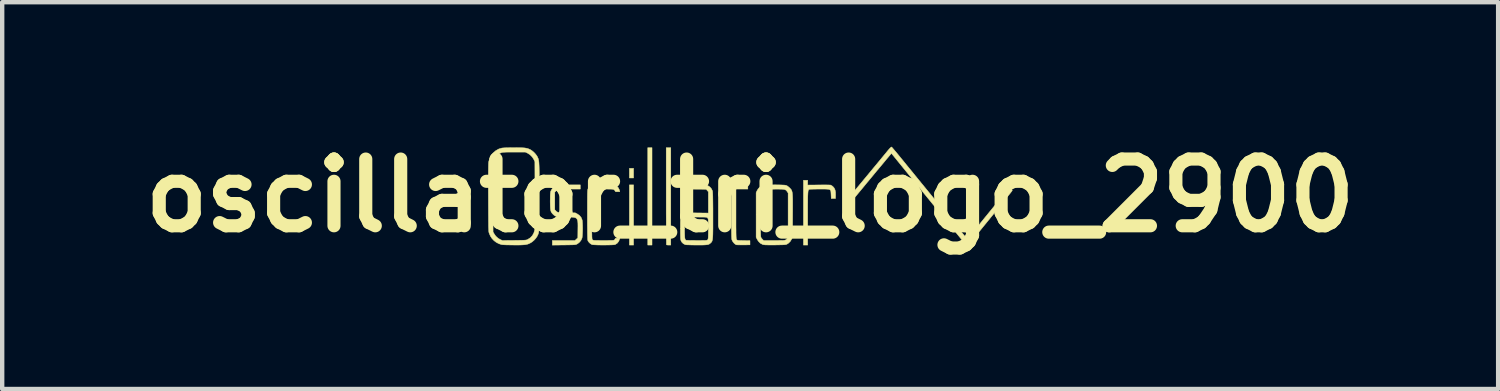
<source format=kicad_pcb>
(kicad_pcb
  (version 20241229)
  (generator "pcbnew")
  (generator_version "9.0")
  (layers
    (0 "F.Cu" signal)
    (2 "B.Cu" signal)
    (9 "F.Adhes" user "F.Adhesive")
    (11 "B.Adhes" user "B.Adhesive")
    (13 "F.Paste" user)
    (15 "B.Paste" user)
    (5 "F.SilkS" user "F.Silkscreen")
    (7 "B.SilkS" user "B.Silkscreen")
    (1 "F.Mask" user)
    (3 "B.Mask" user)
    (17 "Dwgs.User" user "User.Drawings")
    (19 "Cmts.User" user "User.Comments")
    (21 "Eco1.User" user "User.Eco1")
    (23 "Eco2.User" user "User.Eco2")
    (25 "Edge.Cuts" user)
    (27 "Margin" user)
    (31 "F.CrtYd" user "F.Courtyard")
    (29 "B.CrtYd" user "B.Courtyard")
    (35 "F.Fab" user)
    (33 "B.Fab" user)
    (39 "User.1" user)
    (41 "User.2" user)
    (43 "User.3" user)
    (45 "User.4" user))
  (footprint "oscillator_tri_logo_2900"
    (layer "F.Cu")
    (at 14.086 1.418)
    (property "Reference" "oscillator_tri_logo_2900" (at 0 0 0) (layer "F.SilkS") (effects (font (size 1.524 1.524) (thickness 0.3))))
    (attr through_hole)
    (fp_poly (pts (xy -2.663 -0.403) (xy -2.759 -0.403) (xy -2.759 -0.622) (xy -2.663 -0.622) (xy -2.663 -0.403)) (stroke (width 0.01) (type solid)) (fill yes) (layer "F.SilkS"))
    (fp_poly (pts (xy -2.663 1.13) (xy -2.759 1.13) (xy -2.759 -0.245) (xy -2.663 -0.245) (xy -2.663 1.13)) (stroke (width 0.01) (type solid)) (fill yes) (layer "F.SilkS"))
    (fp_poly (pts (xy -2.242 1.13) (xy -2.339 1.13) (xy -2.339 -1.095) (xy -2.242 -1.095) (xy -2.242 1.13)) (stroke (width 0.01) (type solid)) (fill yes) (layer "F.SilkS"))
    (fp_poly (pts (xy -1.813 1.13) (xy -1.86 1.13) (xy -1.887 1.129) (xy -1.907 1.126) (xy -1.912 1.124) (xy -1.913 1.115) (xy -1.914 1.089) (xy -1.914 1.048) (xy -1.915 0.992) (xy -1.916 0.923) (xy -1.916 0.842) (xy -1.917 0.75) (xy -1.917 0.647) (xy -1.917 0.536) (xy -1.918 0.416) (xy -1.918 0.289) (xy -1.918 0.157) (xy -1.918 0.019) (xy -1.918 -1.095) (xy -1.813 -1.095) (xy -1.813 1.13)) (stroke (width 0.01) (type solid)) (fill yes) (layer "F.SilkS"))
    (fp_poly (pts (xy -0.324 -0.245) (xy -0.053 -0.245) (xy -0.053 -0.149) (xy -0.324 -0.149) (xy -0.324 0.419) (xy -0.324 0.534) (xy -0.324 0.632) (xy -0.324 0.715) (xy -0.323 0.784) (xy -0.323 0.841) (xy -0.322 0.887) (xy -0.321 0.923) (xy -0.32 0.951) (xy -0.318 0.971) (xy -0.317 0.986) (xy -0.314 0.995) (xy -0.312 1.002) (xy -0.309 1.006) (xy -0.302 1.013) (xy -0.293 1.018) (xy -0.279 1.022) (xy -0.257 1.024) (xy -0.225 1.025) (xy -0.179 1.026) (xy -0.149 1.027) (xy -0.004 1.029) (xy -0.004 1.125) (xy -0.149 1.127) (xy -0.199 1.127) (xy -0.244 1.126) (xy -0.281 1.126) (xy -0.306 1.125) (xy -0.314 1.124) (xy -0.339 1.112) (xy -0.366 1.089) (xy -0.392 1.058) (xy -0.411 1.026) (xy -0.419 1.005) (xy -0.421 0.989) (xy -0.423 0.962) (xy -0.425 0.921) (xy -0.426 0.867) (xy -0.427 0.799) (xy -0.428 0.716) (xy -0.429 0.617) (xy -0.429 0.502) (xy -0.429 0.408) (xy -0.429 -0.149) (xy -0.692 -0.149) (xy -0.692 -0.245) (xy -0.429 -0.245) (xy -0.429 -0.35) (xy -0.324 -0.35) (xy -0.324 -0.245)) (stroke (width 0.01) (type solid)) (fill yes) (layer "F.SilkS"))
    (fp_poly (pts (xy 1.314 -0.296) (xy 1.314 -0.241) (xy 1.566 -0.243) (xy 1.631 -0.244) (xy 1.692 -0.244) (xy 1.745 -0.244) (xy 1.788 -0.243) (xy 1.82 -0.242) (xy 1.836 -0.241) (xy 1.837 -0.241) (xy 1.855 -0.232) (xy 1.879 -0.216) (xy 1.892 -0.205) (xy 1.921 -0.171) (xy 1.94 -0.128) (xy 1.95 -0.076) (xy 1.951 -0.01) (xy 1.951 -0.007) (xy 1.949 0.066) (xy 1.852 0.066) (xy 1.848 -0.023) (xy 1.846 -0.06) (xy 1.844 -0.088) (xy 1.84 -0.11) (xy 1.831 -0.126) (xy 1.816 -0.137) (xy 1.793 -0.144) (xy 1.76 -0.147) (xy 1.715 -0.149) (xy 1.656 -0.149) (xy 1.589 -0.149) (xy 1.528 -0.149) (xy 1.472 -0.148) (xy 1.424 -0.147) (xy 1.387 -0.146) (xy 1.362 -0.145) (xy 1.354 -0.143) (xy 1.346 -0.14) (xy 1.34 -0.136) (xy 1.334 -0.13) (xy 1.329 -0.121) (xy 1.325 -0.107) (xy 1.322 -0.087) (xy 1.32 -0.061) (xy 1.318 -0.026) (xy 1.316 0.018) (xy 1.315 0.073) (xy 1.315 0.139) (xy 1.314 0.218) (xy 1.314 0.311) (xy 1.314 0.42) (xy 1.314 0.521) (xy 1.314 1.13) (xy 1.217 1.13) (xy 1.217 -0.35) (xy 1.314 -0.35) (xy 1.314 -0.296)) (stroke (width 0.01) (type solid)) (fill yes) (layer "F.SilkS"))
    (fp_poly (pts (xy -3.88 -0.149) (xy -4.114 -0.149) (xy -4.178 -0.149) (xy -4.238 -0.148) (xy -4.291 -0.146) (xy -4.334 -0.144) (xy -4.365 -0.142) (xy -4.38 -0.14) (xy -4.407 -0.128) (xy -4.433 -0.109) (xy -4.437 -0.105) (xy -4.463 -0.078) (xy -4.463 0.323) (xy -4.441 0.346) (xy -4.426 0.361) (xy -4.41 0.373) (xy -4.391 0.381) (xy -4.366 0.387) (xy -4.333 0.391) (xy -4.289 0.393) (xy -4.233 0.394) (xy -4.179 0.394) (xy -3.996 0.394) (xy -3.949 0.419) (xy -3.9 0.453) (xy -3.862 0.498) (xy -3.84 0.551) (xy -3.837 0.561) (xy -3.833 0.592) (xy -3.83 0.636) (xy -3.828 0.689) (xy -3.827 0.746) (xy -3.828 0.805) (xy -3.83 0.861) (xy -3.833 0.91) (xy -3.837 0.949) (xy -3.841 0.971) (xy -3.864 1.021) (xy -3.9 1.066) (xy -3.945 1.102) (xy -3.954 1.106) (xy -3.965 1.112) (xy -3.976 1.116) (xy -3.991 1.12) (xy -4.01 1.122) (xy -4.036 1.124) (xy -4.071 1.125) (xy -4.117 1.126) (xy -4.176 1.127) (xy -4.251 1.128) (xy -4.255 1.128) (xy -4.519 1.131) (xy -4.519 1.025) (xy -4.002 1.025) (xy -3.937 0.965) (xy -3.935 0.769) (xy -3.934 0.692) (xy -3.935 0.631) (xy -3.939 0.583) (xy -3.949 0.548) (xy -3.965 0.523) (xy -3.99 0.506) (xy -4.026 0.497) (xy -4.074 0.492) (xy -4.135 0.491) (xy -4.206 0.49) (xy -4.278 0.49) (xy -4.335 0.488) (xy -4.38 0.485) (xy -4.414 0.479) (xy -4.442 0.471) (xy -4.465 0.459) (xy -4.485 0.443) (xy -4.498 0.431) (xy -4.519 0.41) (xy -4.535 0.389) (xy -4.548 0.366) (xy -4.556 0.34) (xy -4.562 0.306) (xy -4.565 0.263) (xy -4.567 0.208) (xy -4.568 0.138) (xy -4.568 0.127) (xy -4.567 0.062) (xy -4.567 0.011) (xy -4.565 -0.027) (xy -4.563 -0.056) (xy -4.56 -0.078) (xy -4.556 -0.095) (xy -4.552 -0.107) (xy -4.53 -0.145) (xy -4.498 -0.181) (xy -4.461 -0.212) (xy -4.423 -0.233) (xy -4.416 -0.235) (xy -4.394 -0.239) (xy -4.355 -0.241) (xy -4.3 -0.244) (xy -4.227 -0.245) (xy -4.137 -0.245) (xy -4.131 -0.245) (xy -3.88 -0.245) (xy -3.88 -0.149)) (stroke (width 0.01) (type solid)) (fill yes) (layer "F.SilkS"))
    (fp_poly (pts (xy -3.051 -0.218) (xy -3.015 -0.184) (xy -2.991 -0.138) (xy -2.983 -0.112) (xy -2.978 -0.088) (xy -3.03 -0.088) (xy -3.061 -0.089) (xy -3.078 -0.092) (xy -3.083 -0.1) (xy -3.083 -0.1) (xy -3.089 -0.114) (xy -3.105 -0.13) (xy -3.106 -0.131) (xy -3.114 -0.136) (xy -3.123 -0.141) (xy -3.136 -0.144) (xy -3.155 -0.146) (xy -3.181 -0.148) (xy -3.218 -0.148) (xy -3.268 -0.149) (xy -3.332 -0.149) (xy -3.35 -0.149) (xy -3.418 -0.149) (xy -3.471 -0.149) (xy -3.511 -0.148) (xy -3.54 -0.147) (xy -3.56 -0.144) (xy -3.574 -0.142) (xy -3.584 -0.138) (xy -3.592 -0.132) (xy -3.594 -0.131) (xy -3.617 -0.113) (xy -3.617 0.442) (xy -3.617 0.554) (xy -3.617 0.65) (xy -3.617 0.731) (xy -3.617 0.799) (xy -3.616 0.854) (xy -3.615 0.899) (xy -3.615 0.933) (xy -3.613 0.96) (xy -3.612 0.979) (xy -3.61 0.992) (xy -3.607 1.001) (xy -3.605 1.006) (xy -3.601 1.01) (xy -3.601 1.01) (xy -3.595 1.015) (xy -3.584 1.018) (xy -3.568 1.021) (xy -3.545 1.022) (xy -3.511 1.024) (xy -3.466 1.024) (xy -3.407 1.025) (xy -3.349 1.025) (xy -3.278 1.025) (xy -3.222 1.024) (xy -3.18 1.024) (xy -3.149 1.022) (xy -3.128 1.021) (xy -3.114 1.018) (xy -3.105 1.015) (xy -3.099 1.01) (xy -3.098 1.009) (xy -3.086 0.992) (xy -3.083 0.982) (xy -3.075 0.976) (xy -3.05 0.973) (xy -3.03 0.972) (xy -2.978 0.972) (xy -2.983 0.996) (xy -3.003 1.045) (xy -3.035 1.086) (xy -3.076 1.114) (xy -3.091 1.12) (xy -3.109 1.123) (xy -3.141 1.125) (xy -3.185 1.127) (xy -3.238 1.128) (xy -3.296 1.129) (xy -3.357 1.129) (xy -3.418 1.129) (xy -3.476 1.128) (xy -3.527 1.126) (xy -3.569 1.124) (xy -3.599 1.122) (xy -3.613 1.119) (xy -3.647 1.1) (xy -3.68 1.07) (xy -3.703 1.038) (xy -3.706 1.031) (xy -3.709 1.022) (xy -3.711 1.009) (xy -3.713 0.991) (xy -3.714 0.966) (xy -3.715 0.934) (xy -3.716 0.892) (xy -3.717 0.84) (xy -3.717 0.776) (xy -3.718 0.7) (xy -3.718 0.609) (xy -3.718 0.502) (xy -3.718 0.442) (xy -3.718 0.328) (xy -3.718 0.23) (xy -3.718 0.147) (xy -3.717 0.078) (xy -3.717 0.02) (xy -3.716 -0.026) (xy -3.715 -0.063) (xy -3.714 -0.092) (xy -3.712 -0.114) (xy -3.711 -0.13) (xy -3.708 -0.142) (xy -3.705 -0.151) (xy -3.702 -0.159) (xy -3.701 -0.161) (xy -3.683 -0.187) (xy -3.658 -0.211) (xy -3.649 -0.218) (xy -3.614 -0.241) (xy -3.086 -0.241) (xy -3.051 -0.218)) (stroke (width 0.01) (type solid)) (fill yes) (layer "F.SilkS"))
    (fp_poly (pts (xy 0.63 -0.245) (xy 0.688 -0.244) (xy 0.74 -0.242) (xy 0.781 -0.24) (xy 0.81 -0.236) (xy 0.818 -0.235) (xy 0.851 -0.219) (xy 0.887 -0.19) (xy 0.898 -0.18) (xy 0.913 -0.165) (xy 0.926 -0.151) (xy 0.937 -0.137) (xy 0.946 -0.122) (xy 0.953 -0.103) (xy 0.959 -0.08) (xy 0.964 -0.051) (xy 0.967 -0.015) (xy 0.969 0.03) (xy 0.971 0.085) (xy 0.971 0.151) (xy 0.971 0.231) (xy 0.971 0.325) (xy 0.97 0.434) (xy 0.97 0.456) (xy 0.968 0.95) (xy 0.948 0.994) (xy 0.916 1.047) (xy 0.875 1.087) (xy 0.845 1.107) (xy 0.834 1.112) (xy 0.822 1.117) (xy 0.807 1.12) (xy 0.788 1.122) (xy 0.76 1.124) (xy 0.724 1.125) (xy 0.675 1.126) (xy 0.613 1.127) (xy 0.565 1.128) (xy 0.488 1.128) (xy 0.426 1.128) (xy 0.378 1.127) (xy 0.342 1.126) (xy 0.315 1.123) (xy 0.296 1.12) (xy 0.286 1.117) (xy 0.233 1.089) (xy 0.19 1.046) (xy 0.162 1.003) (xy 0.136 0.952) (xy 0.136 0.356) (xy 0.236 0.356) (xy 0.236 0.44) (xy 0.237 0.555) (xy 0.237 0.657) (xy 0.238 0.744) (xy 0.239 0.818) (xy 0.24 0.875) (xy 0.242 0.918) (xy 0.244 0.943) (xy 0.245 0.951) (xy 0.258 0.972) (xy 0.277 0.995) (xy 0.281 1) (xy 0.308 1.025) (xy 0.552 1.025) (xy 0.623 1.025) (xy 0.68 1.024) (xy 0.723 1.024) (xy 0.755 1.023) (xy 0.777 1.021) (xy 0.793 1.018) (xy 0.804 1.015) (xy 0.812 1.011) (xy 0.818 1.006) (xy 0.828 0.998) (xy 0.837 0.991) (xy 0.844 0.982) (xy 0.85 0.971) (xy 0.855 0.956) (xy 0.859 0.935) (xy 0.862 0.908) (xy 0.864 0.873) (xy 0.865 0.829) (xy 0.866 0.774) (xy 0.867 0.706) (xy 0.867 0.625) (xy 0.867 0.529) (xy 0.867 0.44) (xy 0.867 -0.059) (xy 0.847 -0.088) (xy 0.835 -0.106) (xy 0.822 -0.12) (xy 0.807 -0.13) (xy 0.787 -0.138) (xy 0.76 -0.143) (xy 0.725 -0.146) (xy 0.678 -0.147) (xy 0.618 -0.148) (xy 0.543 -0.147) (xy 0.541 -0.147) (xy 0.473 -0.146) (xy 0.419 -0.145) (xy 0.378 -0.144) (xy 0.349 -0.142) (xy 0.328 -0.14) (xy 0.313 -0.137) (xy 0.302 -0.133) (xy 0.294 -0.128) (xy 0.292 -0.126) (xy 0.28 -0.118) (xy 0.271 -0.11) (xy 0.262 -0.101) (xy 0.256 -0.089) (xy 0.25 -0.074) (xy 0.246 -0.053) (xy 0.243 -0.026) (xy 0.24 0.01) (xy 0.238 0.054) (xy 0.237 0.11) (xy 0.237 0.178) (xy 0.237 0.26) (xy 0.236 0.356) (xy 0.136 0.356) (xy 0.136 -0.066) (xy 0.157 -0.112) (xy 0.183 -0.155) (xy 0.219 -0.194) (xy 0.259 -0.223) (xy 0.287 -0.235) (xy 0.308 -0.238) (xy 0.343 -0.241) (xy 0.39 -0.243) (xy 0.445 -0.245) (xy 0.505 -0.245) (xy 0.568 -0.246) (xy 0.63 -0.245)) (stroke (width 0.01) (type solid)) (fill yes) (layer "F.SilkS"))
    (fp_poly (pts (xy 3.238 -1.104) (xy 3.255 -1.084) (xy 3.28 -1.055) (xy 3.312 -1.017) (xy 3.349 -0.973) (xy 3.39 -0.923) (xy 3.4 -0.911) (xy 3.442 -0.859) (xy 3.487 -0.805) (xy 3.534 -0.747) (xy 3.584 -0.685) (xy 3.639 -0.618) (xy 3.699 -0.545) (xy 3.764 -0.465) (xy 3.836 -0.377) (xy 3.914 -0.281) (xy 4 -0.176) (xy 4.094 -0.061) (xy 4.197 0.065) (xy 4.309 0.203) (xy 4.432 0.353) (xy 4.47 0.401) (xy 4.542 0.489) (xy 4.611 0.573) (xy 4.676 0.652) (xy 4.737 0.725) (xy 4.791 0.792) (xy 4.84 0.85) (xy 4.881 0.9) (xy 4.914 0.939) (xy 4.939 0.968) (xy 4.953 0.985) (xy 4.958 0.99) (xy 4.965 0.983) (xy 4.981 0.964) (xy 5.007 0.934) (xy 5.041 0.894) (xy 5.081 0.845) (xy 5.128 0.789) (xy 5.179 0.726) (xy 5.235 0.659) (xy 5.274 0.611) (xy 5.369 0.494) (xy 5.462 0.38) (xy 5.552 0.27) (xy 5.637 0.166) (xy 5.717 0.068) (xy 5.789 -0.02) (xy 5.852 -0.098) (xy 5.9 -0.156) (xy 5.919 -0.18) (xy 5.952 -0.153) (xy 5.972 -0.135) (xy 5.985 -0.122) (xy 5.988 -0.118) (xy 5.983 -0.11) (xy 5.968 -0.089) (xy 5.943 -0.057) (xy 5.909 -0.015) (xy 5.868 0.037) (xy 5.819 0.098) (xy 5.765 0.167) (xy 5.704 0.242) (xy 5.639 0.323) (xy 5.57 0.408) (xy 5.51 0.482) (xy 5.42 0.592) (xy 5.341 0.689) (xy 5.272 0.774) (xy 5.211 0.848) (xy 5.159 0.912) (xy 5.115 0.966) (xy 5.078 1.011) (xy 5.048 1.048) (xy 5.023 1.078) (xy 5.003 1.101) (xy 4.988 1.118) (xy 4.977 1.131) (xy 4.969 1.139) (xy 4.963 1.144) (xy 4.96 1.147) (xy 4.957 1.147) (xy 4.957 1.147) (xy 4.949 1.141) (xy 4.933 1.126) (xy 4.919 1.11) (xy 4.909 1.099) (xy 4.89 1.075) (xy 4.86 1.04) (xy 4.822 0.992) (xy 4.775 0.935) (xy 4.72 0.868) (xy 4.658 0.791) (xy 4.589 0.707) (xy 4.514 0.616) (xy 4.434 0.517) (xy 4.349 0.413) (xy 4.261 0.304) (xy 4.168 0.191) (xy 4.073 0.074) (xy 4.057 0.055) (xy 3.228 -0.964) (xy 3.209 -0.944) (xy 3.201 -0.934) (xy 3.182 -0.912) (xy 3.154 -0.878) (xy 3.117 -0.835) (xy 3.073 -0.781) (xy 3.022 -0.72) (xy 2.965 -0.651) (xy 2.902 -0.577) (xy 2.836 -0.497) (xy 2.767 -0.413) (xy 2.737 -0.377) (xy 2.666 -0.292) (xy 2.599 -0.21) (xy 2.536 -0.134) (xy 2.477 -0.063) (xy 2.425 0.000303) (xy 2.378 0.056) (xy 2.339 0.103) (xy 2.308 0.14) (xy 2.287 0.166) (xy 2.275 0.18) (xy 2.273 0.182) (xy 2.265 0.186) (xy 2.252 0.181) (xy 2.232 0.166) (xy 2.226 0.16) (xy 2.189 0.127) (xy 2.607 -0.377) (xy 2.677 -0.461) (xy 2.744 -0.542) (xy 2.809 -0.621) (xy 2.87 -0.694) (xy 2.926 -0.762) (xy 2.976 -0.822) (xy 3.018 -0.874) (xy 3.053 -0.916) (xy 3.078 -0.946) (xy 3.092 -0.963) (xy 3.14 -1.022) (xy 3.177 -1.065) (xy 3.206 -1.095) (xy 3.224 -1.109) (xy 3.231 -1.111) (xy 3.238 -1.104)) (stroke (width 0.01) (type solid)) (fill yes) (layer "F.SilkS"))
    (fp_poly (pts (xy -1.272 -0.245) (xy -1.195 -0.245) (xy -1.134 -0.245) (xy -1.086 -0.244) (xy -1.049 -0.243) (xy -1.021 -0.241) (xy -1.001 -0.239) (xy -0.985 -0.235) (xy -0.973 -0.231) (xy -0.968 -0.229) (xy -0.924 -0.2) (xy -0.888 -0.161) (xy -0.864 -0.114) (xy -0.859 -0.097) (xy -0.857 -0.076) (xy -0.855 -0.037) (xy -0.853 0.019) (xy -0.852 0.093) (xy -0.851 0.184) (xy -0.85 0.293) (xy -0.85 0.419) (xy -0.85 0.459) (xy -0.85 0.573) (xy -0.85 0.671) (xy -0.85 0.755) (xy -0.851 0.824) (xy -0.852 0.882) (xy -0.854 0.929) (xy -0.857 0.967) (xy -0.86 0.997) (xy -0.865 1.02) (xy -0.87 1.038) (xy -0.876 1.052) (xy -0.884 1.063) (xy -0.893 1.073) (xy -0.9 1.079) (xy -0.916 1.094) (xy -0.931 1.105) (xy -0.949 1.114) (xy -0.971 1.12) (xy -1 1.124) (xy -1.037 1.127) (xy -1.086 1.129) (xy -1.147 1.129) (xy -1.224 1.129) (xy -1.287 1.129) (xy -1.346 1.128) (xy -1.398 1.126) (xy -1.439 1.125) (xy -1.468 1.123) (xy -1.482 1.121) (xy -1.526 1.099) (xy -1.562 1.063) (xy -1.576 1.039) (xy -1.581 1.027) (xy -1.585 1.015) (xy -1.589 0.999) (xy -1.591 0.978) (xy -1.592 0.95) (xy -1.593 0.912) (xy -1.594 0.862) (xy -1.594 0.798) (xy -1.594 0.759) (xy -1.594 0.687) (xy -1.594 0.63) (xy -1.593 0.586) (xy -1.592 0.553) (xy -1.59 0.533) (xy -1.498 0.533) (xy -1.498 0.753) (xy -1.498 0.826) (xy -1.497 0.884) (xy -1.495 0.928) (xy -1.493 0.961) (xy -1.489 0.984) (xy -1.484 1) (xy -1.476 1.011) (xy -1.468 1.018) (xy -1.457 1.02) (xy -1.431 1.021) (xy -1.392 1.023) (xy -1.343 1.024) (xy -1.285 1.024) (xy -1.222 1.025) (xy -1.22 1.025) (xy -1.149 1.025) (xy -1.094 1.024) (xy -1.052 1.024) (xy -1.022 1.023) (xy -1.001 1.021) (xy -0.987 1.019) (xy -0.978 1.015) (xy -0.973 1.011) (xy -0.968 1.005) (xy -0.964 0.997) (xy -0.961 0.984) (xy -0.958 0.964) (xy -0.957 0.935) (xy -0.956 0.896) (xy -0.955 0.844) (xy -0.955 0.777) (xy -0.955 0.758) (xy -0.955 0.689) (xy -0.955 0.636) (xy -0.956 0.595) (xy -0.957 0.566) (xy -0.959 0.545) (xy -0.961 0.531) (xy -0.965 0.522) (xy -0.97 0.515) (xy -0.974 0.511) (xy -0.98 0.505) (xy -0.987 0.5) (xy -0.996 0.496) (xy -1.011 0.494) (xy -1.033 0.492) (xy -1.064 0.491) (xy -1.107 0.491) (xy -1.163 0.491) (xy -1.224 0.49) (xy -1.455 0.49) (xy -1.476 0.512) (xy -1.498 0.533) (xy -1.59 0.533) (xy -1.59 0.529) (xy -1.587 0.511) (xy -1.583 0.497) (xy -1.579 0.486) (xy -1.577 0.482) (xy -1.551 0.445) (xy -1.518 0.416) (xy -1.482 0.399) (xy -1.478 0.398) (xy -1.462 0.397) (xy -1.431 0.396) (xy -1.388 0.396) (xy -1.334 0.395) (xy -1.274 0.395) (xy -1.209 0.396) (xy -1.202 0.396) (xy -0.955 0.399) (xy -0.955 0.156) (xy -0.955 -0.087) (xy -0.98 -0.116) (xy -1.006 -0.145) (xy -1.274 -0.147) (xy -1.542 -0.15) (xy -1.542 -0.245) (xy -1.272 -0.245)) (stroke (width 0.01) (type solid)) (fill yes) (layer "F.SilkS"))
    (fp_poly (pts (xy -5.313 -1.094) (xy -5.249 -1.094) (xy -5.197 -1.092) (xy -5.155 -1.089) (xy -5.121 -1.084) (xy -5.092 -1.078) (xy -5.066 -1.069) (xy -5.04 -1.058) (xy -5.022 -1.05) (xy -4.983 -1.025) (xy -4.941 -0.99) (xy -4.903 -0.949) (xy -4.872 -0.908) (xy -4.862 -0.89) (xy -4.855 -0.875) (xy -4.848 -0.86) (xy -4.842 -0.846) (xy -4.837 -0.831) (xy -4.833 -0.813) (xy -4.829 -0.791) (xy -4.826 -0.765) (xy -4.824 -0.733) (xy -4.822 -0.694) (xy -4.82 -0.646) (xy -4.819 -0.59) (xy -4.818 -0.522) (xy -4.818 -0.444) (xy -4.818 -0.352) (xy -4.817 -0.246) (xy -4.817 -0.126) (xy -4.817 0.012) (xy -4.817 0.018) (xy -4.817 0.156) (xy -4.817 0.277) (xy -4.817 0.383) (xy -4.818 0.475) (xy -4.818 0.554) (xy -4.819 0.622) (xy -4.82 0.679) (xy -4.821 0.726) (xy -4.823 0.765) (xy -4.826 0.798) (xy -4.829 0.824) (xy -4.833 0.846) (xy -4.837 0.864) (xy -4.842 0.88) (xy -4.849 0.894) (xy -4.856 0.909) (xy -4.863 0.925) (xy -4.866 0.93) (xy -4.895 0.973) (xy -4.934 1.017) (xy -4.979 1.056) (xy -5.015 1.079) (xy -5.043 1.093) (xy -5.07 1.105) (xy -5.098 1.113) (xy -5.13 1.12) (xy -5.169 1.124) (xy -5.216 1.127) (xy -5.274 1.129) (xy -5.346 1.129) (xy -5.399 1.129) (xy -5.464 1.128) (xy -5.525 1.127) (xy -5.579 1.126) (xy -5.624 1.124) (xy -5.657 1.122) (xy -5.674 1.12) (xy -5.738 1.1) (xy -5.801 1.067) (xy -5.852 1.028) (xy -5.898 0.979) (xy -5.932 0.928) (xy -5.959 0.868) (xy -5.962 0.859) (xy -5.965 0.85) (xy -5.968 0.84) (xy -5.97 0.827) (xy -5.972 0.81) (xy -5.973 0.789) (xy -5.974 0.762) (xy -5.976 0.727) (xy -5.977 0.685) (xy -5.977 0.633) (xy -5.978 0.57) (xy -5.978 0.496) (xy -5.979 0.409) (xy -5.979 0.307) (xy -5.98 0.191) (xy -5.98 0.058) (xy -5.98 0.053) (xy -5.981 -0.101) (xy -5.981 -0.237) (xy -5.981 -0.357) (xy -5.981 -0.46) (xy -5.98 -0.548) (xy -5.979 -0.621) (xy -5.978 -0.679) (xy -5.977 -0.724) (xy -5.975 -0.754) (xy -5.973 -0.771) (xy -5.967 -0.793) (xy -5.873 -0.793) (xy -5.873 0.828) (xy -5.853 0.865) (xy -5.812 0.925) (xy -5.76 0.973) (xy -5.715 1) (xy -5.662 1.025) (xy -5.391 1.023) (xy -5.315 1.022) (xy -5.254 1.021) (xy -5.206 1.02) (xy -5.17 1.019) (xy -5.142 1.017) (xy -5.122 1.015) (xy -5.107 1.012) (xy -5.094 1.007) (xy -5.083 1.002) (xy -5.079 1) (xy -5.02 0.962) (xy -4.974 0.912) (xy -4.941 0.851) (xy -4.922 0.784) (xy -4.92 0.762) (xy -4.919 0.725) (xy -4.917 0.671) (xy -4.916 0.601) (xy -4.916 0.515) (xy -4.915 0.412) (xy -4.915 0.292) (xy -4.915 0.155) (xy -4.915 0.000275) (xy -4.915 -0.026) (xy -4.918 -0.775) (xy -4.941 -0.825) (xy -4.979 -0.884) (xy -5.029 -0.934) (xy -5.087 -0.971) (xy -5.137 -0.994) (xy -5.391 -0.994) (xy -5.466 -0.994) (xy -5.526 -0.994) (xy -5.573 -0.993) (xy -5.609 -0.991) (xy -5.637 -0.989) (xy -5.658 -0.987) (xy -5.675 -0.983) (xy -5.691 -0.978) (xy -5.737 -0.955) (xy -5.783 -0.92) (xy -5.823 -0.877) (xy -5.849 -0.837) (xy -5.873 -0.793) (xy -5.967 -0.793) (xy -5.952 -0.847) (xy -5.916 -0.917) (xy -5.868 -0.978) (xy -5.809 -1.028) (xy -5.742 -1.065) (xy -5.677 -1.085) (xy -5.653 -1.088) (xy -5.614 -1.091) (xy -5.561 -1.093) (xy -5.498 -1.094) (xy -5.424 -1.095) (xy -5.393 -1.095) (xy -5.313 -1.094)) (stroke (width 0.01) (type solid)) (fill yes) (layer "F.SilkS")))
  (gr_rect
    (start -3 -3)
    (end 31.172 5.836)
    (stroke (width 0.1) (type default))
    (fill no)
    (layer "Edge.Cuts")))
</source>
